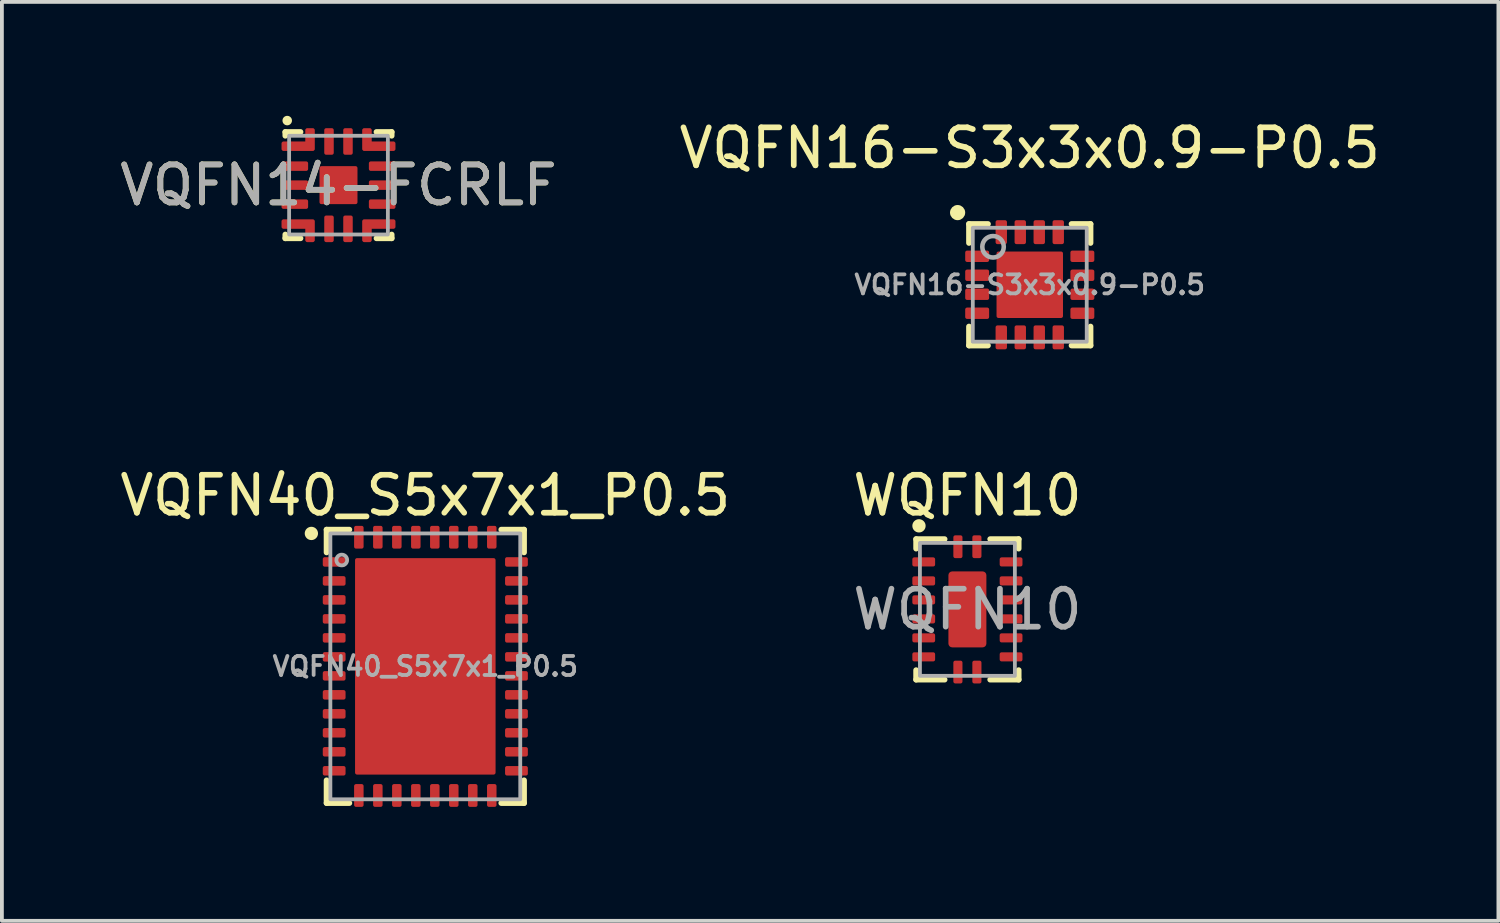
<source format=kicad_pcb>
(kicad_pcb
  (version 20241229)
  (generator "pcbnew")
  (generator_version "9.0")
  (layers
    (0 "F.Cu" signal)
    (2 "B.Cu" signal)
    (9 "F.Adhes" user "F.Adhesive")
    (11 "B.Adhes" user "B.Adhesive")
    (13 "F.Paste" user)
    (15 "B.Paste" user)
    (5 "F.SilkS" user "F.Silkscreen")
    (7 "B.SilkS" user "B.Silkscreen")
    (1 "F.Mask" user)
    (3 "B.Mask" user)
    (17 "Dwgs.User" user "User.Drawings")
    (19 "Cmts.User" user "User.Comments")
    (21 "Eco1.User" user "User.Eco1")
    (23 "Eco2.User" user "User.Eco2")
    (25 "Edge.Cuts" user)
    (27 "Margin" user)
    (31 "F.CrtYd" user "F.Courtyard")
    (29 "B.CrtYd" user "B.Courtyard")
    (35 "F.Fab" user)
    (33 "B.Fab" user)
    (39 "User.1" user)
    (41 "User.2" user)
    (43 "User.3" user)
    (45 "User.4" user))
  (footprint "WQFN10"
    (layer "F.Cu")
    (at 22.423 12.996)
    (property "Reference" "WQFN10" (at 0 -3 0) (unlocked yes) (layer "F.SilkS") (effects (font (size 1 1) (thickness 0.15))))
    (attr smd)
    (fp_line (start -1.35 -1.85) (end -0.6 -1.85) (stroke (width 0.15) (type default)) (layer "F.SilkS"))
    (fp_line (start -1.35 -1.6) (end -1.35 -1.85) (stroke (width 0.15) (type default)) (layer "F.SilkS"))
    (fp_line (start -1.35 1.6) (end -1.35 1.85) (stroke (width 0.15) (type default)) (layer "F.SilkS"))
    (fp_line (start -1.35 1.85) (end -0.6 1.85) (stroke (width 0.15) (type default)) (layer "F.SilkS"))
    (fp_line (start 1.35 -1.85) (end 0.6 -1.85) (stroke (width 0.15) (type default)) (layer "F.SilkS"))
    (fp_line (start 1.35 -1.6) (end 1.35 -1.85) (stroke (width 0.15) (type default)) (layer "F.SilkS"))
    (fp_line (start 1.35 1.6) (end 1.35 1.85) (stroke (width 0.15) (type default)) (layer "F.SilkS"))
    (fp_line (start 1.35 1.85) (end 0.6 1.85) (stroke (width 0.15) (type default)) (layer "F.SilkS"))
    (fp_circle (center -1.275 -2.2) (end -1.175 -2.2) (stroke (width 0.15) (type default)) (fill yes) (layer "F.SilkS"))
    (fp_rect (start -1.25 -1.75) (end 1.25 1.75) (stroke (width 0.1) (type default)) (fill no) (layer "F.Fab"))
    (fp_text user "${REFERENCE}" (at 0 0 0) (unlocked yes) (layer "F.Fab") (effects (font (size 1 1) (thickness 0.15))))
    (pad "1" smd roundrect (at -0.25 -1.65 180) (size 0.24 0.6) (layers "F.Cu" "F.Mask" "F.Paste") (roundrect_rratio 0.208))
    (pad "2" smd roundrect (at -1.15 -1.25 270) (size 0.24 0.6) (layers "F.Cu" "F.Mask" "F.Paste") (roundrect_rratio 0.208))
    (pad "3" smd roundrect (at -1.15 -0.75 270) (size 0.24 0.6) (layers "F.Cu" "F.Mask" "F.Paste") (roundrect_rratio 0.208))
    (pad "4" smd roundrect (at -1.15 -0.25 270) (size 0.24 0.6) (layers "F.Cu" "F.Mask" "F.Paste") (roundrect_rratio 0.208))
    (pad "5" smd roundrect (at -1.15 0.25 270) (size 0.24 0.6) (layers "F.Cu" "F.Mask" "F.Paste") (roundrect_rratio 0.208))
    (pad "6" smd roundrect (at -1.15 0.75 270) (size 0.24 0.6) (layers "F.Cu" "F.Mask" "F.Paste") (roundrect_rratio 0.208))
    (pad "7" smd roundrect (at -1.15 1.25 270) (size 0.24 0.6) (layers "F.Cu" "F.Mask" "F.Paste") (roundrect_rratio 0.208))
    (pad "8" smd roundrect (at -0.25 1.65) (size 0.24 0.6) (layers "F.Cu" "F.Mask" "F.Paste") (roundrect_rratio 0.208))
    (pad "9" smd roundrect (at 0.25 1.65) (size 0.24 0.6) (layers "F.Cu" "F.Mask" "F.Paste") (roundrect_rratio 0.208))
    (pad "10" smd roundrect (at 1.15 1.25 90) (size 0.24 0.6) (layers "F.Cu" "F.Mask" "F.Paste") (roundrect_rratio 0.208))
    (pad "11" smd roundrect (at 1.15 0.75 90) (size 0.24 0.6) (layers "F.Cu" "F.Mask" "F.Paste") (roundrect_rratio 0.208))
    (pad "12" smd roundrect (at 1.15 0.25 90) (size 0.24 0.6) (layers "F.Cu" "F.Mask" "F.Paste") (roundrect_rratio 0.208))
    (pad "13" smd roundrect (at 1.15 -0.25 90) (size 0.24 0.6) (layers "F.Cu" "F.Mask" "F.Paste") (roundrect_rratio 0.208))
    (pad "14" smd roundrect (at 1.15 -0.75 90) (size 0.24 0.6) (layers "F.Cu" "F.Mask" "F.Paste") (roundrect_rratio 0.208))
    (pad "15" smd roundrect (at 1.15 -1.25 90) (size 0.24 0.6) (layers "F.Cu" "F.Mask" "F.Paste") (roundrect_rratio 0.208))
    (pad "16" smd roundrect (at 0.25 -1.65 180) (size 0.24 0.6) (layers "F.Cu" "F.Mask" "F.Paste") (roundrect_rratio 0.208))
    (pad "17" smd roundrect (at 0 0 180) (size 1 2) (layers "F.Cu" "F.Mask" "F.Paste") (roundrect_rratio 0.1)))
  (footprint "VQFN14-FCRLF"
    (layer "F.Cu")
    (at 5.863 1.825)
    (property "Reference" "VQFN14-FCRLF" (at 0 0 0) (unlocked yes) (layer "F.SilkS") (effects (font (size 1 1) (thickness 0.15))))
    (attr smd)
    (fp_line (start -1.4 -1.4) (end -1.4 -1.3) (stroke (width 0.15) (type default)) (layer "F.SilkS"))
    (fp_line (start -1.4 -1.4) (end -1 -1.4) (stroke (width 0.15) (type default)) (layer "F.SilkS"))
    (fp_line (start -1.4 1.4) (end -1.4 1.3) (stroke (width 0.15) (type default)) (layer "F.SilkS"))
    (fp_line (start -1 1.4) (end -1.4 1.4) (stroke (width 0.15) (type default)) (layer "F.SilkS"))
    (fp_line (start 1 -1.4) (end 1.4 -1.4) (stroke (width 0.15) (type default)) (layer "F.SilkS"))
    (fp_line (start 1.4 -1.4) (end 1.4 -1.3) (stroke (width 0.15) (type default)) (layer "F.SilkS"))
    (fp_line (start 1.4 1.4) (end 1 1.4) (stroke (width 0.15) (type default)) (layer "F.SilkS"))
    (fp_line (start 1.4 1.4) (end 1.4 1.3) (stroke (width 0.15) (type default)) (layer "F.SilkS"))
    (fp_circle (center -1.35 -1.7) (end -1.3 -1.7) (stroke (width 0.15) (type default)) (fill yes) (layer "F.SilkS"))
    (fp_rect (start -1.3 -1.3) (end 1.3 1.3) (stroke (width 0.1) (type default)) (fill no) (layer "F.Fab"))
    (fp_text user "${REFERENCE}" (at 0 0 0) (unlocked yes) (layer "F.Fab") (effects (font (size 1 1) (thickness 0.15))))
    (pad "1" smd custom (at -1.062 -1.025 270) (size 0.25 0.6) (layers "F.Cu" "F.Mask" "F.Paste") (options (anchor rect)) (primitives (gr_rect (start -0.075 -0.388) (end 0.075 0.388) (width 0.1) (fill yes)) (gr_rect (start -0.425 -0.388) (end 0.075 -0.237) (width 0.1) (fill yes))))
    (pad "2" smd roundrect (at -1.15 -0.5 90) (size 0.25 0.7) (layers "F.Cu" "F.Mask" "F.Paste") (roundrect_rratio 0.2))
    (pad "3" smd roundrect (at -1.15 0 90) (size 0.25 0.7) (layers "F.Cu" "F.Mask" "F.Paste") (roundrect_rratio 0.2))
    (pad "4" smd roundrect (at -1.15 0.5 90) (size 0.25 0.7) (layers "F.Cu" "F.Mask" "F.Paste") (roundrect_rratio 0.2))
    (pad "5" smd custom (at -1.062 1.025 270) (size 0.25 0.6) (layers "F.Cu" "F.Mask" "F.Paste") (options (anchor rect)) (primitives (gr_rect (start -0.075 -0.388) (end 0.075 0.388) (width 0.1) (fill yes)) (gr_rect (start -0.075 -0.388) (end 0.425 -0.237) (width 0.1) (fill yes))))
    (pad "6" smd roundrect (at -0.25 1.15) (size 0.25 0.7) (layers "F.Cu" "F.Mask" "F.Paste") (roundrect_rratio 0.2))
    (pad "7" smd roundrect (at 0.25 1.15) (size 0.25 0.7) (layers "F.Cu" "F.Mask" "F.Paste") (roundrect_rratio 0.2))
    (pad "8" smd custom (at 1.062 1.025 90) (size 0.25 0.6) (layers "F.Cu" "F.Mask" "F.Paste") (options (anchor rect)) (primitives (gr_rect (start -0.075 -0.388) (end 0.075 0.388) (width 0.1) (fill yes)) (gr_rect (start -0.425 -0.388) (end 0.075 -0.237) (width 0.1) (fill yes))))
    (pad "9" smd roundrect (at 1.15 0.5 90) (size 0.25 0.7) (layers "F.Cu" "F.Mask" "F.Paste") (roundrect_rratio 0.2))
    (pad "10" smd roundrect (at 1.15 0 90) (size 0.25 0.7) (layers "F.Cu" "F.Mask" "F.Paste") (roundrect_rratio 0.2))
    (pad "11" smd roundrect (at 1.15 -0.5 90) (size 0.25 0.7) (layers "F.Cu" "F.Mask" "F.Paste") (roundrect_rratio 0.2))
    (pad "12" smd custom (at 1.062 -1.025 90) (size 0.25 0.6) (layers "F.Cu" "F.Mask" "F.Paste") (options (anchor rect)) (primitives (gr_rect (start -0.075 -0.388) (end 0.075 0.388) (width 0.1) (fill yes)) (gr_rect (start -0.075 -0.388) (end 0.425 -0.237) (width 0.1) (fill yes))))
    (pad "13" smd roundrect (at 0.25 -1.15) (size 0.25 0.7) (layers "F.Cu" "F.Mask" "F.Paste") (roundrect_rratio 0.2))
    (pad "14" smd roundrect (at -0.25 -1.15) (size 0.25 0.7) (layers "F.Cu" "F.Mask" "F.Paste") (roundrect_rratio 0.2))
    (pad "15" smd roundrect (at 0 0 270) (size 1 1) (layers "F.Cu" "F.Mask" "F.Paste") (roundrect_rratio 0.05)))
  (footprint "VQFN40_S5x7x1_P0.5"
    (layer "F.Cu")
    (at 8.149 14.496)
    (property "Reference" "VQFN40_S5x7x1_P0.5" (at 0 -4.5 0) (unlocked yes) (layer "F.SilkS") (effects (font (size 1 1) (thickness 0.15))))
    (attr smd)
    (fp_line (start -2.6 -3.6) (end -2.6 -3) (stroke (width 0.15) (type default)) (layer "F.SilkS"))
    (fp_line (start -2.6 -3.6) (end -2 -3.6) (stroke (width 0.15) (type default)) (layer "F.SilkS"))
    (fp_line (start -2.6 3.6) (end -2.6 3) (stroke (width 0.15) (type default)) (layer "F.SilkS"))
    (fp_line (start -2.6 3.6) (end -2 3.6) (stroke (width 0.15) (type default)) (layer "F.SilkS"))
    (fp_line (start 2.6 -3.6) (end 2 -3.6) (stroke (width 0.15) (type default)) (layer "F.SilkS"))
    (fp_line (start 2.6 -3.6) (end 2.6 -3) (stroke (width 0.15) (type default)) (layer "F.SilkS"))
    (fp_line (start 2.6 3.6) (end 2 3.6) (stroke (width 0.15) (type default)) (layer "F.SilkS"))
    (fp_line (start 2.6 3.6) (end 2.6 3) (stroke (width 0.15) (type default)) (layer "F.SilkS"))
    (fp_circle (center -3 -3.5) (end -3 -3.6) (stroke (width 0.15) (type default)) (fill yes) (layer "F.SilkS"))
    (fp_rect (start -2.5 -3.5) (end 2.5 3.5) (stroke (width 0.1) (type default)) (fill no) (layer "F.Fab"))
    (fp_circle (center -2.2 -2.8) (end -2.1 -2.9) (stroke (width 0.1) (type default)) (fill no) (layer "F.Fab"))
    (fp_text user "${REFERENCE}" (at 0 0 0) (unlocked yes) (layer "F.Fab") (effects (font (size 0.5 0.5) (thickness 0.1))))
    (pad "1" smd roundrect (at -2.4 -2.75) (size 0.6 0.25) (layers "F.Cu" "F.Mask" "F.Paste") (roundrect_rratio 0.2))
    (pad "2" smd roundrect (at -2.4 -2.25) (size 0.6 0.25) (layers "F.Cu" "F.Mask" "F.Paste") (roundrect_rratio 0.2))
    (pad "3" smd roundrect (at -2.4 -1.75) (size 0.6 0.25) (layers "F.Cu" "F.Mask" "F.Paste") (roundrect_rratio 0.2))
    (pad "4" smd roundrect (at -2.4 -1.25) (size 0.6 0.25) (layers "F.Cu" "F.Mask" "F.Paste") (roundrect_rratio 0.2))
    (pad "5" smd roundrect (at -2.4 -0.75) (size 0.6 0.25) (layers "F.Cu" "F.Mask" "F.Paste") (roundrect_rratio 0.2))
    (pad "6" smd roundrect (at -2.4 -0.25) (size 0.6 0.25) (layers "F.Cu" "F.Mask" "F.Paste") (roundrect_rratio 0.2))
    (pad "7" smd roundrect (at -2.4 0.25) (size 0.6 0.25) (layers "F.Cu" "F.Mask" "F.Paste") (roundrect_rratio 0.2))
    (pad "8" smd roundrect (at -2.4 0.75) (size 0.6 0.25) (layers "F.Cu" "F.Mask" "F.Paste") (roundrect_rratio 0.2))
    (pad "9" smd roundrect (at -2.4 1.25) (size 0.6 0.25) (layers "F.Cu" "F.Mask" "F.Paste") (roundrect_rratio 0.2))
    (pad "10" smd roundrect (at -2.4 1.75) (size 0.6 0.25) (layers "F.Cu" "F.Mask" "F.Paste") (roundrect_rratio 0.2))
    (pad "11" smd roundrect (at -2.4 2.25) (size 0.6 0.25) (layers "F.Cu" "F.Mask" "F.Paste") (roundrect_rratio 0.2))
    (pad "12" smd roundrect (at -2.4 2.75) (size 0.6 0.25) (layers "F.Cu" "F.Mask" "F.Paste") (roundrect_rratio 0.2))
    (pad "13" smd roundrect (at -1.75 3.4 90) (size 0.6 0.25) (layers "F.Cu" "F.Mask" "F.Paste") (roundrect_rratio 0.2))
    (pad "14" smd roundrect (at -1.25 3.4 90) (size 0.6 0.25) (layers "F.Cu" "F.Mask" "F.Paste") (roundrect_rratio 0.2))
    (pad "15" smd roundrect (at -0.75 3.4 90) (size 0.6 0.25) (layers "F.Cu" "F.Mask" "F.Paste") (roundrect_rratio 0.2))
    (pad "16" smd roundrect (at -0.25 3.4 90) (size 0.6 0.25) (layers "F.Cu" "F.Mask" "F.Paste") (roundrect_rratio 0.2))
    (pad "17" smd roundrect (at 0.25 3.4 90) (size 0.6 0.25) (layers "F.Cu" "F.Mask" "F.Paste") (roundrect_rratio 0.2))
    (pad "18" smd roundrect (at 0.75 3.4 90) (size 0.6 0.25) (layers "F.Cu" "F.Mask" "F.Paste") (roundrect_rratio 0.2))
    (pad "19" smd roundrect (at 1.25 3.4 90) (size 0.6 0.25) (layers "F.Cu" "F.Mask" "F.Paste") (roundrect_rratio 0.2))
    (pad "20" smd roundrect (at 1.75 3.4 90) (size 0.6 0.25) (layers "F.Cu" "F.Mask" "F.Paste") (roundrect_rratio 0.2))
    (pad "21" smd roundrect (at 2.4 2.75 180) (size 0.6 0.25) (layers "F.Cu" "F.Mask" "F.Paste") (roundrect_rratio 0.2))
    (pad "22" smd roundrect (at 2.4 2.25 180) (size 0.6 0.25) (layers "F.Cu" "F.Mask" "F.Paste") (roundrect_rratio 0.2))
    (pad "23" smd roundrect (at 2.4 1.75 180) (size 0.6 0.25) (layers "F.Cu" "F.Mask" "F.Paste") (roundrect_rratio 0.2))
    (pad "24" smd roundrect (at 2.4 1.25 180) (size 0.6 0.25) (layers "F.Cu" "F.Mask" "F.Paste") (roundrect_rratio 0.2))
    (pad "25" smd roundrect (at 2.4 0.75 180) (size 0.6 0.25) (layers "F.Cu" "F.Mask" "F.Paste") (roundrect_rratio 0.2))
    (pad "26" smd roundrect (at 2.4 0.25 180) (size 0.6 0.25) (layers "F.Cu" "F.Mask" "F.Paste") (roundrect_rratio 0.2))
    (pad "27" smd roundrect (at 2.4 -0.25 180) (size 0.6 0.25) (layers "F.Cu" "F.Mask" "F.Paste") (roundrect_rratio 0.2))
    (pad "28" smd roundrect (at 2.4 -0.75 180) (size 0.6 0.25) (layers "F.Cu" "F.Mask" "F.Paste") (roundrect_rratio 0.2))
    (pad "29" smd roundrect (at 2.4 -1.25 180) (size 0.6 0.25) (layers "F.Cu" "F.Mask" "F.Paste") (roundrect_rratio 0.2))
    (pad "30" smd roundrect (at 2.4 -1.75 180) (size 0.6 0.25) (layers "F.Cu" "F.Mask" "F.Paste") (roundrect_rratio 0.2))
    (pad "31" smd roundrect (at 2.4 -2.25 180) (size 0.6 0.25) (layers "F.Cu" "F.Mask" "F.Paste") (roundrect_rratio 0.2))
    (pad "32" smd roundrect (at 2.4 -2.75 180) (size 0.6 0.25) (layers "F.Cu" "F.Mask" "F.Paste") (roundrect_rratio 0.2))
    (pad "33" smd roundrect (at 1.75 -3.4 270) (size 0.6 0.25) (layers "F.Cu" "F.Mask" "F.Paste") (roundrect_rratio 0.2))
    (pad "34" smd roundrect (at 1.25 -3.4 270) (size 0.6 0.25) (layers "F.Cu" "F.Mask" "F.Paste") (roundrect_rratio 0.2))
    (pad "35" smd roundrect (at 0.75 -3.4 270) (size 0.6 0.25) (layers "F.Cu" "F.Mask" "F.Paste") (roundrect_rratio 0.2))
    (pad "36" smd roundrect (at 0.25 -3.4 270) (size 0.6 0.25) (layers "F.Cu" "F.Mask" "F.Paste") (roundrect_rratio 0.2))
    (pad "37" smd roundrect (at -0.25 -3.4 270) (size 0.6 0.25) (layers "F.Cu" "F.Mask" "F.Paste") (roundrect_rratio 0.2))
    (pad "38" smd roundrect (at -0.75 -3.4 270) (size 0.6 0.25) (layers "F.Cu" "F.Mask" "F.Paste") (roundrect_rratio 0.2))
    (pad "39" smd roundrect (at -1.25 -3.4 270) (size 0.6 0.25) (layers "F.Cu" "F.Mask" "F.Paste") (roundrect_rratio 0.2))
    (pad "40" smd roundrect (at -1.75 -3.4 270) (size 0.6 0.25) (layers "F.Cu" "F.Mask" "F.Paste") (roundrect_rratio 0.2))
    (pad "41" smd roundrect (at 0 0 270) (size 5.7 3.7) (layers "F.Cu" "F.Mask" "F.Paste") (roundrect_rratio 0.014)))
  (footprint "VQFN16-S3x3x0.9-P0.5"
    (layer "F.Cu")
    (at 24.065 4.448)
    (property "Reference" "VQFN16-S3x3x0.9-P0.5" (at 0 -3.6 0) (layer "F.SilkS") (effects (font (size 1 1) (thickness 0.15))))
    (attr smd)
    (fp_line (start -1.6 -1.6) (end -1.1 -1.6) (stroke (width 0.15) (type default)) (layer "F.SilkS"))
    (fp_line (start -1.6 -1.1) (end -1.6 -1.6) (stroke (width 0.15) (type default)) (layer "F.SilkS"))
    (fp_line (start -1.6 1.6) (end -1.6 1.1) (stroke (width 0.15) (type default)) (layer "F.SilkS"))
    (fp_line (start -1.1 1.6) (end -1.6 1.6) (stroke (width 0.15) (type default)) (layer "F.SilkS"))
    (fp_line (start 1.1 -1.6) (end 1.6 -1.6) (stroke (width 0.15) (type default)) (layer "F.SilkS"))
    (fp_line (start 1.6 -1.6) (end 1.6 -1.1) (stroke (width 0.15) (type default)) (layer "F.SilkS"))
    (fp_line (start 1.6 1.1) (end 1.6 1.6) (stroke (width 0.15) (type default)) (layer "F.SilkS"))
    (fp_line (start 1.6 1.6) (end 1.1 1.6) (stroke (width 0.15) (type default)) (layer "F.SilkS"))
    (fp_circle (center -1.9 -1.9) (end -1.8 -1.9) (stroke (width 0.2) (type solid)) (fill no) (layer "F.SilkS"))
    (fp_rect (start -1.5 -1.5) (end 1.5 1.5) (stroke (width 0.1) (type default)) (fill no) (layer "F.Fab"))
    (fp_circle (center -0.967 -1) (end -1.167 -1.2) (stroke (width 0.12) (type solid)) (fill no) (layer "F.Fab"))
    (fp_text user "${REFERENCE}" (at 0 0 0) (layer "F.Fab") (effects (font (size 0.5 0.5) (thickness 0.1))))
    (pad "1" smd roundrect (at -1.385 -0.75 90) (size 0.3 0.63) (layers "F.Cu" "F.Mask" "F.Paste") (roundrect_rratio 0.167))
    (pad "2" smd roundrect (at -1.385 -0.25 90) (size 0.3 0.63) (layers "F.Cu" "F.Mask" "F.Paste") (roundrect_rratio 0.167))
    (pad "3" smd roundrect (at -1.385 0.25 90) (size 0.3 0.63) (layers "F.Cu" "F.Mask" "F.Paste") (roundrect_rratio 0.167))
    (pad "4" smd roundrect (at -1.385 0.75 90) (size 0.3 0.63) (layers "F.Cu" "F.Mask" "F.Paste") (roundrect_rratio 0.167))
    (pad "5" smd roundrect (at -0.25 1.385) (size 0.3 0.63) (layers "F.Cu" "F.Mask" "F.Paste") (roundrect_rratio 0.167))
    (pad "6" smd roundrect (at -0.75 1.385) (size 0.3 0.63) (layers "F.Cu" "F.Mask" "F.Paste") (roundrect_rratio 0.167))
    (pad "7" smd roundrect (at 0.25 1.385 180) (size 0.3 0.63) (layers "F.Cu" "F.Mask" "F.Paste") (roundrect_rratio 0.167))
    (pad "8" smd roundrect (at 0.75 1.385 180) (size 0.3 0.63) (layers "F.Cu" "F.Mask" "F.Paste") (roundrect_rratio 0.167))
    (pad "9" smd roundrect (at 1.385 0.75 270) (size 0.3 0.63) (layers "F.Cu" "F.Mask" "F.Paste") (roundrect_rratio 0.167))
    (pad "10" smd roundrect (at 1.385 0.25 270) (size 0.3 0.63) (layers "F.Cu" "F.Mask" "F.Paste") (roundrect_rratio 0.167))
    (pad "11" smd roundrect (at 1.385 -0.25 270) (size 0.3 0.63) (layers "F.Cu" "F.Mask" "F.Paste") (roundrect_rratio 0.167))
    (pad "12" smd roundrect (at 1.385 -0.75 270) (size 0.3 0.63) (layers "F.Cu" "F.Mask" "F.Paste") (roundrect_rratio 0.167))
    (pad "13" smd roundrect (at 0.75 -1.385 180) (size 0.3 0.63) (layers "F.Cu" "F.Mask" "F.Paste") (roundrect_rratio 0.167))
    (pad "14" smd roundrect (at 0.25 -1.385 180) (size 0.3 0.63) (layers "F.Cu" "F.Mask" "F.Paste") (roundrect_rratio 0.167))
    (pad "15" smd roundrect (at -0.25 -1.385 180) (size 0.3 0.63) (layers "F.Cu" "F.Mask" "F.Paste") (roundrect_rratio 0.167))
    (pad "16" smd roundrect (at -0.75 -1.385 180) (size 0.3 0.63) (layers "F.Cu" "F.Mask" "F.Paste") (roundrect_rratio 0.167))
    (pad "17" smd roundrect (at 0 0 90) (size 1.75 1.75) (layers "F.Cu" "F.Mask" "F.Paste") (roundrect_rratio 0.029)))
  (gr_rect
    (start -3 -3)
    (end 36.405 21.197)
    (stroke (width 0.1) (type default))
    (fill no)
    (layer "Edge.Cuts")))
</source>
